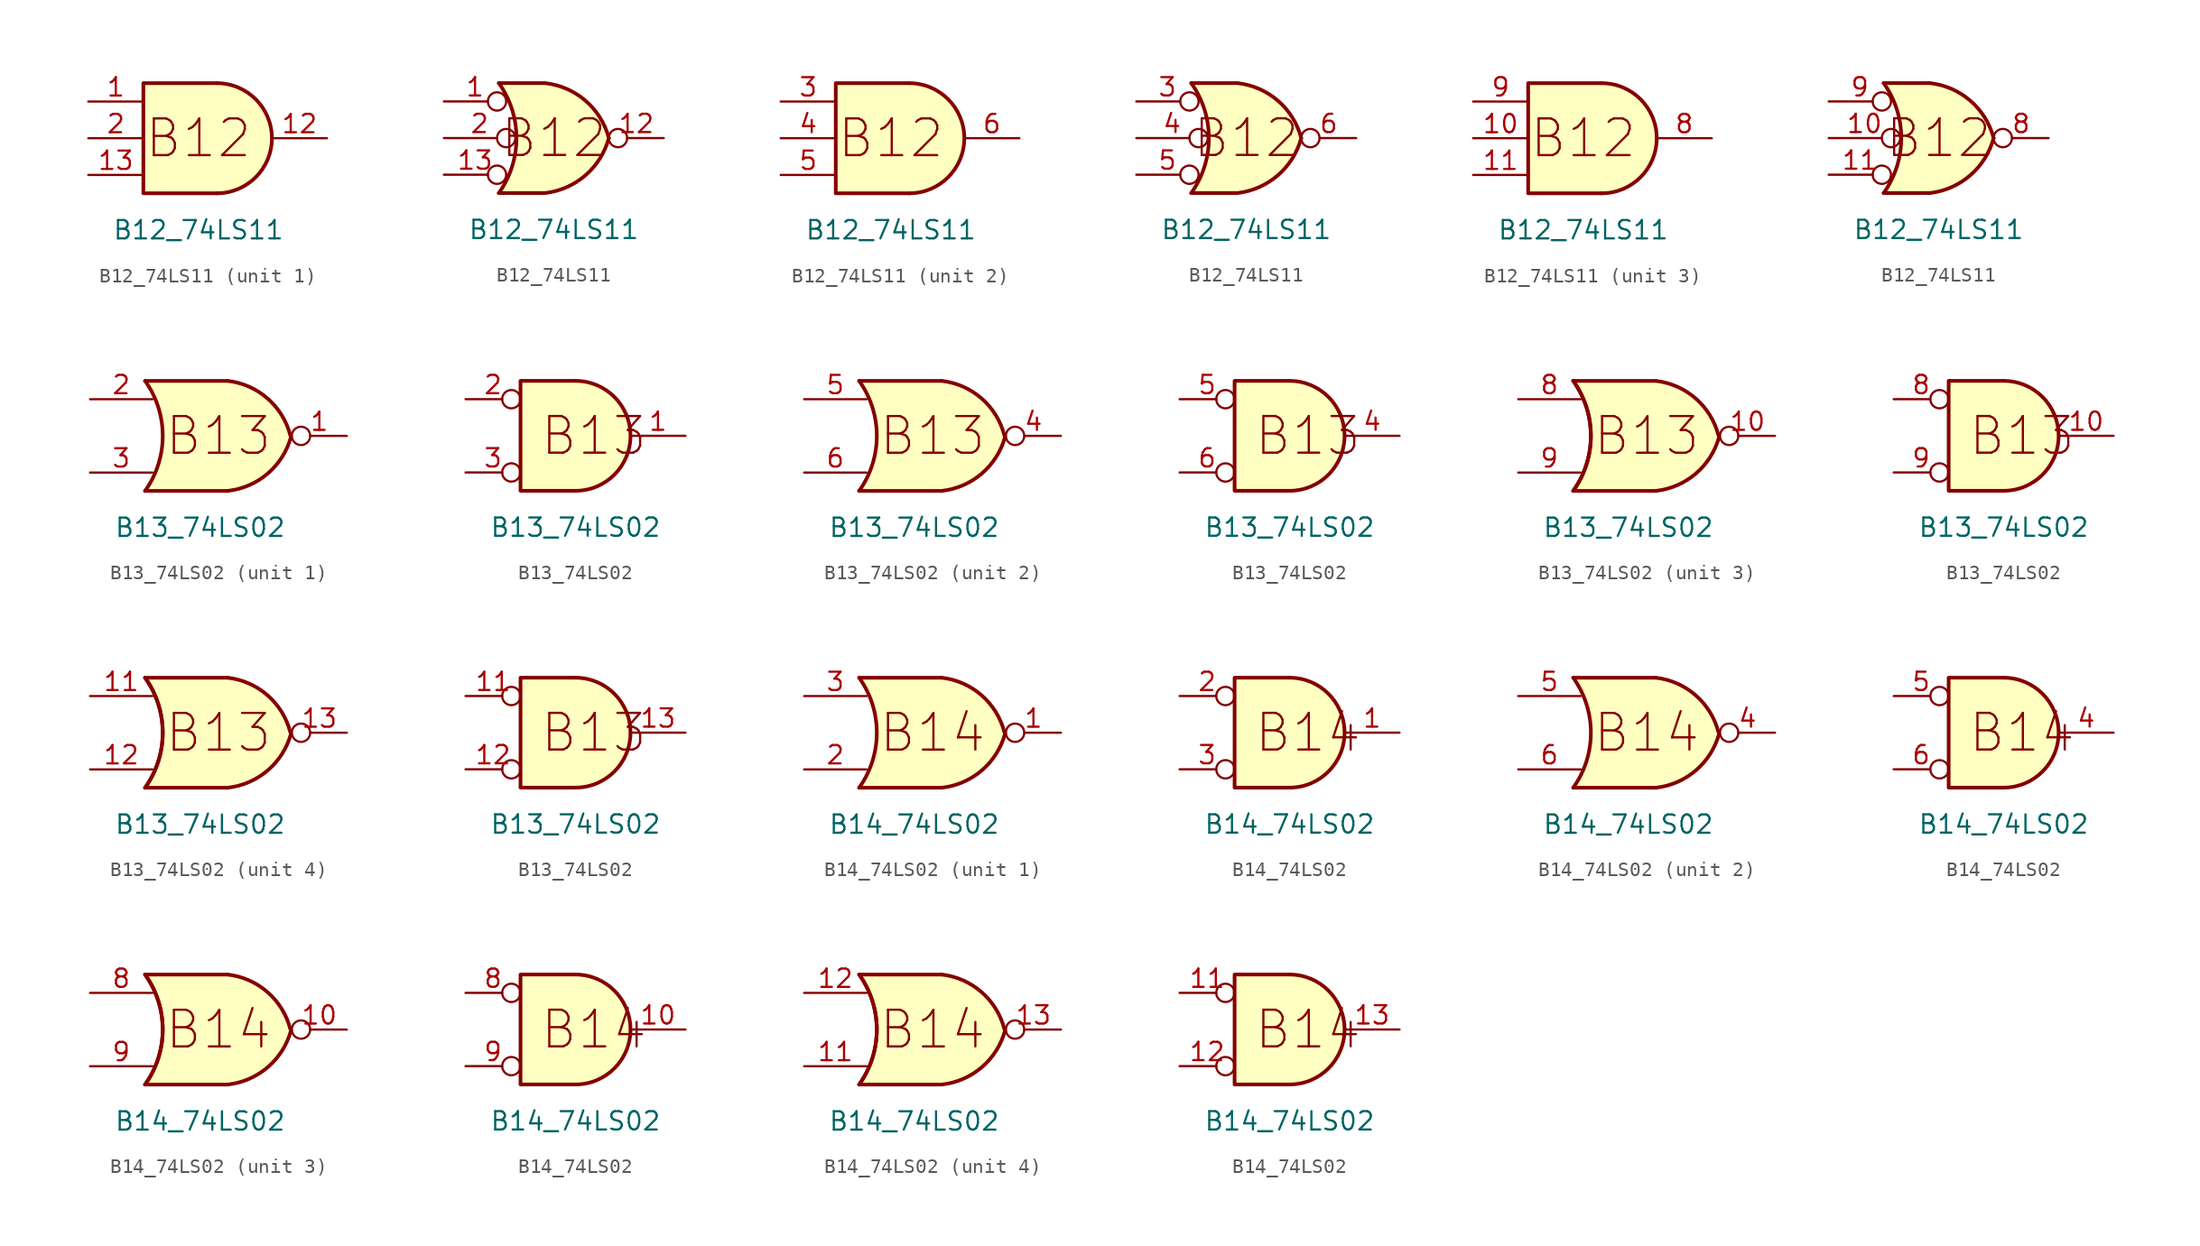
<source format=kicad_sym>
(kicad_symbol_lib
  (version 20211014)
  (generator kicad_symbol_editor)
  (symbol "B12_74LS11"
    (pin_names
      (offset 1.016))
    (property "Reference" "U"
      (at -20.32 16.51 0)
      (effects (font (size 1.27 1.27)) hide))
    (property "Value" "B12_74LS11"
      (at 0 -6.35 0)
      (effects (font (size 1.27 1.27))))
    (symbol "B12_74LS11_0_0"
      (text "B12" (at 0 0 0) (effects (font (size 2.54 2.54)))))
    (symbol "B12_74LS11_0_1"
      (polyline (pts (xy 1.27 3.81) (xy -3.81 3.81) (xy -3.81 -3.81) (xy 1.27 -3.81)) (stroke (width 0.254) (type default) (color 0 0 0 0)) (fill (type background)))
      (arc (start 1.27 -3.81) (mid 5.08 0) (end 1.27 3.81) (stroke (width 0.254) (type default) (color 0 0 0 0)) (fill (type background))))
    (symbol "B12_74LS11_1_1"
      (pin input line (at -7.62 2.54 0) (length 3.81) (name "~" (effects (font (size 1.27 1.27)))) (number "1" (effects (font (size 1.27 1.27)))))
      (pin output line (at 8.89 0 180) (length 3.81) (name "~" (effects (font (size 1.27 1.27)))) (number "12" (effects (font (size 1.27 1.27)))))
      (pin input line (at -7.62 -2.54 0) (length 3.81) (name "~" (effects (font (size 1.27 1.27)))) (number "13" (effects (font (size 1.27 1.27)))))
      (pin input line (at -7.62 0 0) (length 3.81) (name "~" (effects (font (size 1.27 1.27)))) (number "2" (effects (font (size 1.27 1.27))))))
    (symbol "B12_74LS11_1_2"
      (arc (start -3.81 -3.81) (mid -2.589 0) (end -3.81 3.81) (stroke (width 0.254) (type default) (color 0 0 0 0)) (fill (type none)))
      (arc (start -0.6096 -3.81) (mid 2.1842 -2.5851) (end 3.81 0) (stroke (width 0.254) (type default) (color 0 0 0 0)) (fill (type background)))
      (polyline (pts (xy -3.81 -3.81) (xy -0.635 -3.81)) (stroke (width 0.254) (type default) (color 0 0 0 0)) (fill (type background)))
      (polyline (pts (xy -3.81 3.81) (xy -0.635 3.81)) (stroke (width 0.254) (type default) (color 0 0 0 0)) (fill (type background)))
      (polyline (pts (xy -0.635 3.81) (xy -3.81 3.81) (xy -3.81 3.81) (xy -3.556 3.404) (xy -3.023 2.261) (xy -2.692 1.041) (xy -2.616 -0.254) (xy -2.769 -1.499) (xy -3.175 -2.718) (xy -3.81 -3.81) (xy -3.81 -3.81) (xy -0.635 -3.81)) (stroke (width -25.4) (type default) (color 0 0 0 0)) (fill (type background)))
      (arc (start 3.81 0) (mid 2.1915 2.5936) (end -0.6096 3.81) (stroke (width 0.254) (type default) (color 0 0 0 0)) (fill (type background)))
      (pin input inverted (at -7.62 2.54 0) (length 4.318) (name "~" (effects (font (size 1.27 1.27)))) (number "1" (effects (font (size 1.27 1.27)))))
      (pin output inverted (at 7.62 0 180) (length 3.81) (name "~" (effects (font (size 1.27 1.27)))) (number "12" (effects (font (size 1.27 1.27)))))
      (pin input inverted (at -7.62 -2.54 0) (length 4.318) (name "~" (effects (font (size 1.27 1.27)))) (number "13" (effects (font (size 1.27 1.27)))))
      (pin input inverted (at -7.62 0 0) (length 4.953) (name "~" (effects (font (size 1.27 1.27)))) (number "2" (effects (font (size 1.27 1.27))))))
    (symbol "B12_74LS11_2_1"
      (pin input line (at -7.62 2.54 0) (length 3.81) (name "~" (effects (font (size 1.27 1.27)))) (number "3" (effects (font (size 1.27 1.27)))))
      (pin input line (at -7.62 0 0) (length 3.81) (name "~" (effects (font (size 1.27 1.27)))) (number "4" (effects (font (size 1.27 1.27)))))
      (pin input line (at -7.62 -2.54 0) (length 3.81) (name "~" (effects (font (size 1.27 1.27)))) (number "5" (effects (font (size 1.27 1.27)))))
      (pin output line (at 8.89 0 180) (length 3.81) (name "~" (effects (font (size 1.27 1.27)))) (number "6" (effects (font (size 1.27 1.27))))))
    (symbol "B12_74LS11_2_2"
      (arc (start -3.81 -3.81) (mid -2.589 0) (end -3.81 3.81) (stroke (width 0.254) (type default) (color 0 0 0 0)) (fill (type none)))
      (arc (start -0.6096 -3.81) (mid 2.1842 -2.5851) (end 3.81 0) (stroke (width 0.254) (type default) (color 0 0 0 0)) (fill (type background)))
      (polyline (pts (xy -3.81 -3.81) (xy -0.635 -3.81)) (stroke (width 0.254) (type default) (color 0 0 0 0)) (fill (type background)))
      (polyline (pts (xy -3.81 3.81) (xy -0.635 3.81)) (stroke (width 0.254) (type default) (color 0 0 0 0)) (fill (type background)))
      (polyline (pts (xy -0.635 3.81) (xy -3.81 3.81) (xy -3.81 3.81) (xy -3.556 3.404) (xy -3.023 2.261) (xy -2.692 1.041) (xy -2.616 -0.254) (xy -2.769 -1.499) (xy -3.175 -2.718) (xy -3.81 -3.81) (xy -3.81 -3.81) (xy -0.635 -3.81)) (stroke (width -25.4) (type default) (color 0 0 0 0)) (fill (type background)))
      (arc (start 3.81 0) (mid 2.1915 2.5936) (end -0.6096 3.81) (stroke (width 0.254) (type default) (color 0 0 0 0)) (fill (type background)))
      (pin input inverted (at -7.62 2.54 0) (length 4.318) (name "~" (effects (font (size 1.27 1.27)))) (number "3" (effects (font (size 1.27 1.27)))))
      (pin input inverted (at -7.62 0 0) (length 4.953) (name "~" (effects (font (size 1.27 1.27)))) (number "4" (effects (font (size 1.27 1.27)))))
      (pin input inverted (at -7.62 -2.54 0) (length 4.318) (name "~" (effects (font (size 1.27 1.27)))) (number "5" (effects (font (size 1.27 1.27)))))
      (pin output inverted (at 7.62 0 180) (length 3.81) (name "~" (effects (font (size 1.27 1.27)))) (number "6" (effects (font (size 1.27 1.27))))))
    (symbol "B12_74LS11_3_1"
      (pin input line (at -7.62 0 0) (length 3.81) (name "~" (effects (font (size 1.27 1.27)))) (number "10" (effects (font (size 1.27 1.27)))))
      (pin input line (at -7.62 -2.54 0) (length 3.81) (name "~" (effects (font (size 1.27 1.27)))) (number "11" (effects (font (size 1.27 1.27)))))
      (pin output line (at 8.89 0 180) (length 3.81) (name "~" (effects (font (size 1.27 1.27)))) (number "8" (effects (font (size 1.27 1.27)))))
      (pin input line (at -7.62 2.54 0) (length 3.81) (name "~" (effects (font (size 1.27 1.27)))) (number "9" (effects (font (size 1.27 1.27))))))
    (symbol "B12_74LS11_3_2"
      (arc (start -3.81 -3.81) (mid -2.589 0) (end -3.81 3.81) (stroke (width 0.254) (type default) (color 0 0 0 0)) (fill (type none)))
      (arc (start -0.6096 -3.81) (mid 2.1842 -2.5851) (end 3.81 0) (stroke (width 0.254) (type default) (color 0 0 0 0)) (fill (type background)))
      (polyline (pts (xy -3.81 -3.81) (xy -0.635 -3.81)) (stroke (width 0.254) (type default) (color 0 0 0 0)) (fill (type background)))
      (polyline (pts (xy -3.81 3.81) (xy -0.635 3.81)) (stroke (width 0.254) (type default) (color 0 0 0 0)) (fill (type background)))
      (polyline (pts (xy -0.635 3.81) (xy -3.81 3.81) (xy -3.81 3.81) (xy -3.556 3.404) (xy -3.023 2.261) (xy -2.692 1.041) (xy -2.616 -0.254) (xy -2.769 -1.499) (xy -3.175 -2.718) (xy -3.81 -3.81) (xy -3.81 -3.81) (xy -0.635 -3.81)) (stroke (width -25.4) (type default) (color 0 0 0 0)) (fill (type background)))
      (arc (start 3.81 0) (mid 2.1915 2.5936) (end -0.6096 3.81) (stroke (width 0.254) (type default) (color 0 0 0 0)) (fill (type background)))
      (pin input inverted (at -7.62 0 0) (length 4.953) (name "~" (effects (font (size 1.27 1.27)))) (number "10" (effects (font (size 1.27 1.27)))))
      (pin input inverted (at -7.62 -2.54 0) (length 4.318) (name "~" (effects (font (size 1.27 1.27)))) (number "11" (effects (font (size 1.27 1.27)))))
      (pin output inverted (at 7.62 0 180) (length 3.81) (name "~" (effects (font (size 1.27 1.27)))) (number "8" (effects (font (size 1.27 1.27)))))
      (pin input inverted (at -7.62 2.54 0) (length 4.318) (name "~" (effects (font (size 1.27 1.27)))) (number "9" (effects (font (size 1.27 1.27)))))))
  (symbol "B13_74LS02"
    (pin_names
      (offset 1.016))
    (property "Reference" "U"
      (at -25.4 19.05 0)
      (effects (font (size 1.27 1.27)) hide))
    (property "Value" "B13_74LS02"
      (at 0 -6.35 0)
      (effects (font (size 1.27 1.27))))
    (symbol "B13_74LS02_0_0"
      (text "B13" (at 1.27 0 0) (effects (font (size 2.54 2.54)))))
    (symbol "B13_74LS02_0_1"
      (arc (start -3.81 -3.81) (mid -2.589 0) (end -3.81 3.81) (stroke (width 0.254) (type default) (color 0 0 0 0)) (fill (type none)))
      (polyline (pts (xy -3.81 -3.81) (xy 1.905 -3.81)) (stroke (width 0.254) (type default) (color 0 0 0 0)) (fill (type background)))
      (polyline (pts (xy -3.81 3.81) (xy 1.905 3.81)) (stroke (width 0.254) (type default) (color 0 0 0 0)) (fill (type background)))
      (polyline (pts (xy 1.905 3.81) (xy -3.81 3.81) (xy -3.81 3.81) (xy -3.556 3.404) (xy -3.023 2.261) (xy -2.692 1.041) (xy -2.616 -0.254) (xy -2.769 -1.499) (xy -3.175 -2.718) (xy -3.81 -3.81) (xy -3.81 -3.81) (xy 1.905 -3.81)) (stroke (width -25.4) (type default) (color 0 0 0 0)) (fill (type background)))
      (arc (start 1.905 -3.81) (mid 4.6687 -2.6188) (end 6.2872 -0.0816) (stroke (width 0.254) (type default) (color 0 0 0 0)) (fill (type background)))
      (arc (start 6.2453 0.0329) (mid 4.6624 2.5963) (end 1.905 3.81) (stroke (width 0.254) (type default) (color 0 0 0 0)) (fill (type background))))
    (symbol "B13_74LS02_1_1"
      (pin output inverted (at 10.16 0 180) (length 3.81) (name "~" (effects (font (size 1.27 1.27)))) (number "1" (effects (font (size 1.27 1.27)))))
      (pin input line (at -7.62 2.54 0) (length 4.318) (name "~" (effects (font (size 1.27 1.27)))) (number "2" (effects (font (size 1.27 1.27)))))
      (pin input line (at -7.62 -2.54 0) (length 4.318) (name "~" (effects (font (size 1.27 1.27)))) (number "3" (effects (font (size 1.27 1.27))))))
    (symbol "B13_74LS02_1_2"
      (arc (start 0 -3.81) (mid 3.81 0) (end 0 3.81) (stroke (width 0.254) (type default) (color 0 0 0 0)) (fill (type background)))
      (polyline (pts (xy 0 3.81) (xy -3.81 3.81) (xy -3.81 -3.81) (xy 0 -3.81)) (stroke (width 0.254) (type default) (color 0 0 0 0)) (fill (type background)))
      (pin output line (at 7.62 0 180) (length 3.81) (name "~" (effects (font (size 1.27 1.27)))) (number "1" (effects (font (size 1.27 1.27)))))
      (pin input inverted (at -7.62 2.54 0) (length 3.81) (name "~" (effects (font (size 1.27 1.27)))) (number "2" (effects (font (size 1.27 1.27)))))
      (pin input inverted (at -7.62 -2.54 0) (length 3.81) (name "~" (effects (font (size 1.27 1.27)))) (number "3" (effects (font (size 1.27 1.27))))))
    (symbol "B13_74LS02_2_1"
      (pin output inverted (at 10.16 0 180) (length 3.81) (name "~" (effects (font (size 1.27 1.27)))) (number "4" (effects (font (size 1.27 1.27)))))
      (pin input line (at -7.62 2.54 0) (length 4.318) (name "~" (effects (font (size 1.27 1.27)))) (number "5" (effects (font (size 1.27 1.27)))))
      (pin input line (at -7.62 -2.54 0) (length 4.318) (name "~" (effects (font (size 1.27 1.27)))) (number "6" (effects (font (size 1.27 1.27))))))
    (symbol "B13_74LS02_2_2"
      (arc (start 0 -3.81) (mid 3.81 0) (end 0 3.81) (stroke (width 0.254) (type default) (color 0 0 0 0)) (fill (type background)))
      (polyline (pts (xy 0 3.81) (xy -3.81 3.81) (xy -3.81 -3.81) (xy 0 -3.81)) (stroke (width 0.254) (type default) (color 0 0 0 0)) (fill (type background)))
      (pin output line (at 7.62 0 180) (length 3.81) (name "~" (effects (font (size 1.27 1.27)))) (number "4" (effects (font (size 1.27 1.27)))))
      (pin input inverted (at -7.62 2.54 0) (length 3.81) (name "~" (effects (font (size 1.27 1.27)))) (number "5" (effects (font (size 1.27 1.27)))))
      (pin input inverted (at -7.62 -2.54 0) (length 3.81) (name "~" (effects (font (size 1.27 1.27)))) (number "6" (effects (font (size 1.27 1.27))))))
    (symbol "B13_74LS02_3_1"
      (arc (start -3.81 -3.81) (mid -2.589 0) (end -3.81 3.81) (stroke (width 0.254) (type default) (color 0 0 0 0)) (fill (type none)))
      (pin output inverted (at 10.16 0 180) (length 3.81) (name "~" (effects (font (size 1.27 1.27)))) (number "10" (effects (font (size 1.27 1.27)))))
      (pin input line (at -7.62 2.54 0) (length 4.318) (name "~" (effects (font (size 1.27 1.27)))) (number "8" (effects (font (size 1.27 1.27)))))
      (pin input line (at -7.62 -2.54 0) (length 4.318) (name "~" (effects (font (size 1.27 1.27)))) (number "9" (effects (font (size 1.27 1.27))))))
    (symbol "B13_74LS02_3_2"
      (arc (start 0 -3.81) (mid 3.81 0) (end 0 3.81) (stroke (width 0.254) (type default) (color 0 0 0 0)) (fill (type background)))
      (polyline (pts (xy 0 3.81) (xy -3.81 3.81) (xy -3.81 -3.81) (xy 0 -3.81)) (stroke (width 0.254) (type default) (color 0 0 0 0)) (fill (type background)))
      (pin output line (at 7.62 0 180) (length 3.81) (name "~" (effects (font (size 1.27 1.27)))) (number "10" (effects (font (size 1.27 1.27)))))
      (pin input inverted (at -7.62 2.54 0) (length 3.81) (name "~" (effects (font (size 1.27 1.27)))) (number "8" (effects (font (size 1.27 1.27)))))
      (pin input inverted (at -7.62 -2.54 0) (length 3.81) (name "~" (effects (font (size 1.27 1.27)))) (number "9" (effects (font (size 1.27 1.27))))))
    (symbol "B13_74LS02_4_1"
      (arc (start -3.81 -3.81) (mid -2.589 0) (end -3.81 3.81) (stroke (width 0.254) (type default) (color 0 0 0 0)) (fill (type none)))
      (polyline (pts (xy -0.635 3.81) (xy -3.81 3.81) (xy -3.81 3.81) (xy -3.556 3.404) (xy -3.023 2.261) (xy -2.692 1.041) (xy -2.616 -0.254) (xy -2.769 -1.499) (xy -3.175 -2.718) (xy -3.81 -3.81) (xy -3.81 -3.81) (xy -0.635 -3.81)) (stroke (width -25.4) (type default) (color 0 0 0 0)) (fill (type background)))
      (pin input line (at -7.62 2.54 0) (length 4.318) (name "~" (effects (font (size 1.27 1.27)))) (number "11" (effects (font (size 1.27 1.27)))))
      (pin input line (at -7.62 -2.54 0) (length 4.318) (name "~" (effects (font (size 1.27 1.27)))) (number "12" (effects (font (size 1.27 1.27)))))
      (pin output inverted (at 10.16 0 180) (length 3.81) (name "~" (effects (font (size 1.27 1.27)))) (number "13" (effects (font (size 1.27 1.27))))))
    (symbol "B13_74LS02_4_2"
      (arc (start 0 -3.81) (mid 3.81 0) (end 0 3.81) (stroke (width 0.254) (type default) (color 0 0 0 0)) (fill (type background)))
      (polyline (pts (xy 0 3.81) (xy -3.81 3.81) (xy -3.81 -3.81) (xy 0 -3.81)) (stroke (width 0.254) (type default) (color 0 0 0 0)) (fill (type background)))
      (pin input inverted (at -7.62 2.54 0) (length 3.81) (name "~" (effects (font (size 1.27 1.27)))) (number "11" (effects (font (size 1.27 1.27)))))
      (pin input inverted (at -7.62 -2.54 0) (length 3.81) (name "~" (effects (font (size 1.27 1.27)))) (number "12" (effects (font (size 1.27 1.27)))))
      (pin output line (at 7.62 0 180) (length 3.81) (name "~" (effects (font (size 1.27 1.27)))) (number "13" (effects (font (size 1.27 1.27)))))))
  (symbol "B14_74LS02"
    (pin_names
      (offset 1.016))
    (property "Reference" "U"
      (at -25.4 19.05 0)
      (effects (font (size 1.27 1.27)) hide))
    (property "Value" "B14_74LS02"
      (at 0 -6.35 0)
      (effects (font (size 1.27 1.27))))
    (symbol "B14_74LS02_0_0"
      (text "B14" (at 1.27 0 0) (effects (font (size 2.54 2.54)))))
    (symbol "B14_74LS02_0_1"
      (arc (start -3.81 -3.81) (mid -2.589 0) (end -3.81 3.81) (stroke (width 0.254) (type default) (color 0 0 0 0)) (fill (type none)))
      (polyline (pts (xy -3.81 -3.81) (xy 1.905 -3.81)) (stroke (width 0.254) (type default) (color 0 0 0 0)) (fill (type background)))
      (polyline (pts (xy -3.81 3.81) (xy 1.905 3.81)) (stroke (width 0.254) (type default) (color 0 0 0 0)) (fill (type background)))
      (polyline (pts (xy 1.905 3.81) (xy -3.81 3.81) (xy -3.81 3.81) (xy -3.556 3.404) (xy -3.023 2.261) (xy -2.692 1.041) (xy -2.616 -0.254) (xy -2.769 -1.499) (xy -3.175 -2.718) (xy -3.81 -3.81) (xy -3.81 -3.81) (xy 1.905 -3.81)) (stroke (width -25.4) (type default) (color 0 0 0 0)) (fill (type background)))
      (arc (start 1.905 -3.81) (mid 4.6687 -2.6188) (end 6.2872 -0.0816) (stroke (width 0.254) (type default) (color 0 0 0 0)) (fill (type background)))
      (arc (start 6.2453 0.0329) (mid 4.6624 2.5963) (end 1.905 3.81) (stroke (width 0.254) (type default) (color 0 0 0 0)) (fill (type background))))
    (symbol "B14_74LS02_1_1"
      (pin output inverted (at 10.16 0 180) (length 3.81) (name "~" (effects (font (size 1.27 1.27)))) (number "1" (effects (font (size 1.27 1.27)))))
      (pin input line (at -7.62 -2.54 0) (length 4.318) (name "~" (effects (font (size 1.27 1.27)))) (number "2" (effects (font (size 1.27 1.27)))))
      (pin input line (at -7.62 2.54 0) (length 4.318) (name "~" (effects (font (size 1.27 1.27)))) (number "3" (effects (font (size 1.27 1.27))))))
    (symbol "B14_74LS02_1_2"
      (arc (start 0 -3.81) (mid 3.81 0) (end 0 3.81) (stroke (width 0.254) (type default) (color 0 0 0 0)) (fill (type background)))
      (polyline (pts (xy 0 3.81) (xy -3.81 3.81) (xy -3.81 -3.81) (xy 0 -3.81)) (stroke (width 0.254) (type default) (color 0 0 0 0)) (fill (type background)))
      (pin output line (at 7.62 0 180) (length 3.81) (name "~" (effects (font (size 1.27 1.27)))) (number "1" (effects (font (size 1.27 1.27)))))
      (pin input inverted (at -7.62 2.54 0) (length 3.81) (name "~" (effects (font (size 1.27 1.27)))) (number "2" (effects (font (size 1.27 1.27)))))
      (pin input inverted (at -7.62 -2.54 0) (length 3.81) (name "~" (effects (font (size 1.27 1.27)))) (number "3" (effects (font (size 1.27 1.27))))))
    (symbol "B14_74LS02_2_1"
      (pin output inverted (at 10.16 0 180) (length 3.81) (name "~" (effects (font (size 1.27 1.27)))) (number "4" (effects (font (size 1.27 1.27)))))
      (pin input line (at -7.62 2.54 0) (length 4.318) (name "~" (effects (font (size 1.27 1.27)))) (number "5" (effects (font (size 1.27 1.27)))))
      (pin input line (at -7.62 -2.54 0) (length 4.318) (name "~" (effects (font (size 1.27 1.27)))) (number "6" (effects (font (size 1.27 1.27))))))
    (symbol "B14_74LS02_2_2"
      (arc (start 0 -3.81) (mid 3.81 0) (end 0 3.81) (stroke (width 0.254) (type default) (color 0 0 0 0)) (fill (type background)))
      (polyline (pts (xy 0 3.81) (xy -3.81 3.81) (xy -3.81 -3.81) (xy 0 -3.81)) (stroke (width 0.254) (type default) (color 0 0 0 0)) (fill (type background)))
      (pin output line (at 7.62 0 180) (length 3.81) (name "~" (effects (font (size 1.27 1.27)))) (number "4" (effects (font (size 1.27 1.27)))))
      (pin input inverted (at -7.62 2.54 0) (length 3.81) (name "~" (effects (font (size 1.27 1.27)))) (number "5" (effects (font (size 1.27 1.27)))))
      (pin input inverted (at -7.62 -2.54 0) (length 3.81) (name "~" (effects (font (size 1.27 1.27)))) (number "6" (effects (font (size 1.27 1.27))))))
    (symbol "B14_74LS02_3_1"
      (arc (start -3.81 -3.81) (mid -2.589 0) (end -3.81 3.81) (stroke (width 0.254) (type default) (color 0 0 0 0)) (fill (type none)))
      (pin output inverted (at 10.16 0 180) (length 3.81) (name "~" (effects (font (size 1.27 1.27)))) (number "10" (effects (font (size 1.27 1.27)))))
      (pin input line (at -7.62 2.54 0) (length 4.318) (name "~" (effects (font (size 1.27 1.27)))) (number "8" (effects (font (size 1.27 1.27)))))
      (pin input line (at -7.62 -2.54 0) (length 4.318) (name "~" (effects (font (size 1.27 1.27)))) (number "9" (effects (font (size 1.27 1.27))))))
    (symbol "B14_74LS02_3_2"
      (arc (start 0 -3.81) (mid 3.81 0) (end 0 3.81) (stroke (width 0.254) (type default) (color 0 0 0 0)) (fill (type background)))
      (polyline (pts (xy 0 3.81) (xy -3.81 3.81) (xy -3.81 -3.81) (xy 0 -3.81)) (stroke (width 0.254) (type default) (color 0 0 0 0)) (fill (type background)))
      (pin output line (at 7.62 0 180) (length 3.81) (name "~" (effects (font (size 1.27 1.27)))) (number "10" (effects (font (size 1.27 1.27)))))
      (pin input inverted (at -7.62 2.54 0) (length 3.81) (name "~" (effects (font (size 1.27 1.27)))) (number "8" (effects (font (size 1.27 1.27)))))
      (pin input inverted (at -7.62 -2.54 0) (length 3.81) (name "~" (effects (font (size 1.27 1.27)))) (number "9" (effects (font (size 1.27 1.27))))))
    (symbol "B14_74LS02_4_1"
      (arc (start -3.81 -3.81) (mid -2.589 0) (end -3.81 3.81) (stroke (width 0.254) (type default) (color 0 0 0 0)) (fill (type none)))
      (polyline (pts (xy -0.635 3.81) (xy -3.81 3.81) (xy -3.81 3.81) (xy -3.556 3.404) (xy -3.023 2.261) (xy -2.692 1.041) (xy -2.616 -0.254) (xy -2.769 -1.499) (xy -3.175 -2.718) (xy -3.81 -3.81) (xy -3.81 -3.81) (xy -0.635 -3.81)) (stroke (width -25.4) (type default) (color 0 0 0 0)) (fill (type background)))
      (pin input line (at -7.62 -2.54 0) (length 4.318) (name "~" (effects (font (size 1.27 1.27)))) (number "11" (effects (font (size 1.27 1.27)))))
      (pin input line (at -7.62 2.54 0) (length 4.318) (name "~" (effects (font (size 1.27 1.27)))) (number "12" (effects (font (size 1.27 1.27)))))
      (pin output inverted (at 10.16 0 180) (length 3.81) (name "~" (effects (font (size 1.27 1.27)))) (number "13" (effects (font (size 1.27 1.27))))))
    (symbol "B14_74LS02_4_2"
      (arc (start 0 -3.81) (mid 3.81 0) (end 0 3.81) (stroke (width 0.254) (type default) (color 0 0 0 0)) (fill (type background)))
      (polyline (pts (xy 0 3.81) (xy -3.81 3.81) (xy -3.81 -3.81) (xy 0 -3.81)) (stroke (width 0.254) (type default) (color 0 0 0 0)) (fill (type background)))
      (pin input inverted (at -7.62 2.54 0) (length 3.81) (name "~" (effects (font (size 1.27 1.27)))) (number "11" (effects (font (size 1.27 1.27)))))
      (pin input inverted (at -7.62 -2.54 0) (length 3.81) (name "~" (effects (font (size 1.27 1.27)))) (number "12" (effects (font (size 1.27 1.27)))))
      (pin output line (at 7.62 0 180) (length 3.81) (name "~" (effects (font (size 1.27 1.27)))) (number "13" (effects (font (size 1.27 1.27))))))))
</source>
